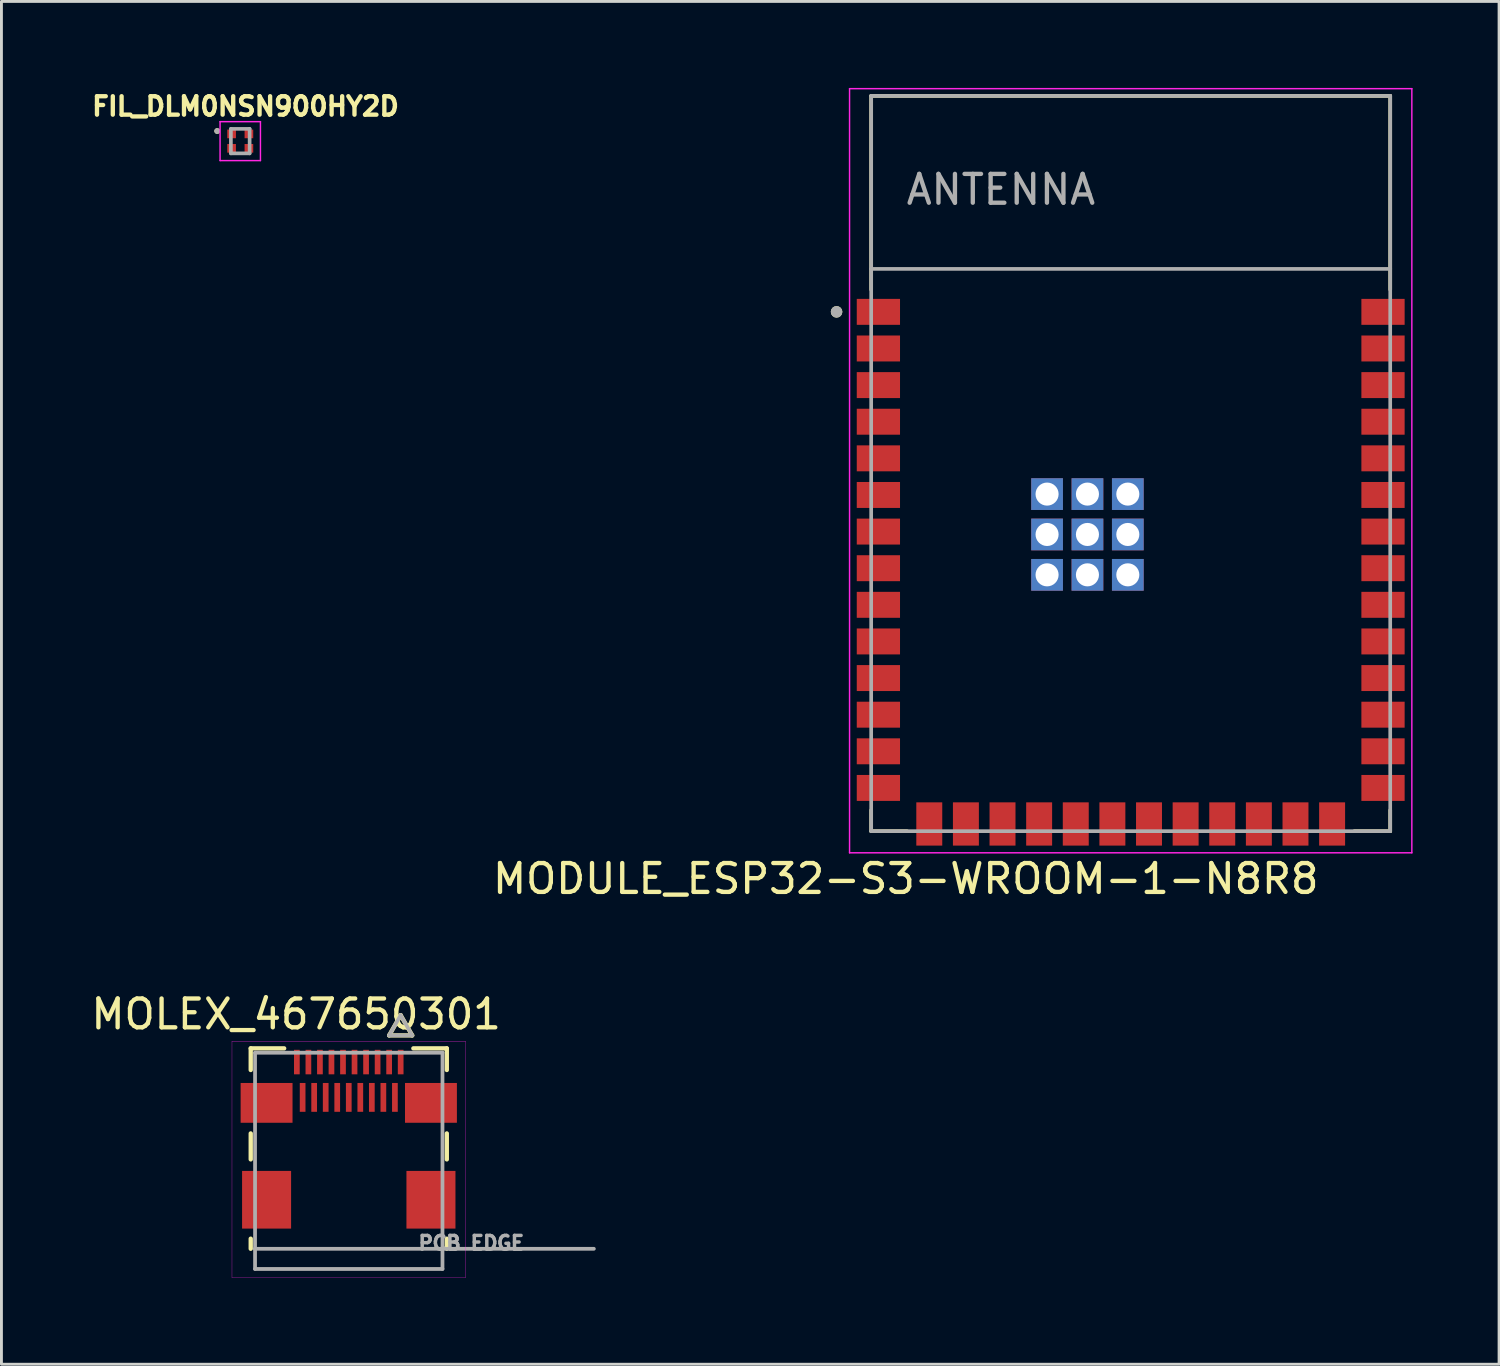
<source format=kicad_pcb>
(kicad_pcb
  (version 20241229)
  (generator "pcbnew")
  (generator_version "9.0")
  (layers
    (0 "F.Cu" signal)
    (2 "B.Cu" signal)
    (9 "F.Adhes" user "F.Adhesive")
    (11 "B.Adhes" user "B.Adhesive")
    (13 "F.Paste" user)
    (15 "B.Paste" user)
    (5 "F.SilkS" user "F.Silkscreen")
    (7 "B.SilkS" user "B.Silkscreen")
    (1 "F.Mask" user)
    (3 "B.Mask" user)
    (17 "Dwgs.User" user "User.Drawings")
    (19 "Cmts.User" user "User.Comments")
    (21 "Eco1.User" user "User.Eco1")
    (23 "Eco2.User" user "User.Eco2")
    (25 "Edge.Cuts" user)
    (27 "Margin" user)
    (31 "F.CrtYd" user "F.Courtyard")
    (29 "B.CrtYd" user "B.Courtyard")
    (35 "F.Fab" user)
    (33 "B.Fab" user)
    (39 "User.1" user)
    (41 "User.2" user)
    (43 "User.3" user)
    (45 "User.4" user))
  (footprint "MODULE_ESP32-S3-WROOM-1-N8R8"
    (layer "F.Cu")
    (at 36.162 13.025)
    (property "Reference" "MODULE_ESP32-S3-WROOM-1-N8R8" (at -7.8 14.4 0) (layer "F.SilkS") (effects (font (size 1 1) (thickness 0.15))))
    (attr smd)
    (fp_line (start -9 -12.75) (end 9 -12.75) (stroke (width 0.127) (type solid)) (layer "F.SilkS"))
    (fp_line (start -9 -6.03) (end -9 -12.75) (stroke (width 0.127) (type solid)) (layer "F.SilkS"))
    (fp_line (start -9 12.02) (end -9 12.75) (stroke (width 0.127) (type solid)) (layer "F.SilkS"))
    (fp_line (start -9 12.75) (end -7.755 12.75) (stroke (width 0.127) (type solid)) (layer "F.SilkS"))
    (fp_line (start 9 -12.75) (end 9 -6.03) (stroke (width 0.127) (type solid)) (layer "F.SilkS"))
    (fp_line (start 9 12.02) (end 9 12.75) (stroke (width 0.127) (type solid)) (layer "F.SilkS"))
    (fp_line (start 9 12.75) (end 7.755 12.75) (stroke (width 0.127) (type solid)) (layer "F.SilkS"))
    (fp_circle (center -10.2 -5.26) (end -10.1 -5.26) (stroke (width 0.2) (type solid)) (fill no) (layer "F.SilkS"))
    (fp_line (start -9.75 -13) (end 9.75 -13) (stroke (width 0.05) (type solid)) (layer "F.CrtYd"))
    (fp_line (start -9.75 13.5) (end -9.75 -13) (stroke (width 0.05) (type solid)) (layer "F.CrtYd"))
    (fp_line (start -9.75 13.5) (end 9.75 13.5) (stroke (width 0.05) (type solid)) (layer "F.CrtYd"))
    (fp_line (start 9.75 -13) (end 9.75 13.5) (stroke (width 0.05) (type solid)) (layer "F.CrtYd"))
    (fp_line (start -9 -12.75) (end 9 -12.75) (stroke (width 0.127) (type solid)) (layer "F.Fab"))
    (fp_line (start -9 -6.75) (end -9 -12.75) (stroke (width 0.127) (type solid)) (layer "F.Fab"))
    (fp_line (start -9 -6.75) (end 9 -6.75) (stroke (width 0.127) (type solid)) (layer "F.Fab"))
    (fp_line (start -9 12.75) (end -9 -6.75) (stroke (width 0.127) (type solid)) (layer "F.Fab"))
    (fp_line (start 9 -12.75) (end 9 -6.75) (stroke (width 0.127) (type solid)) (layer "F.Fab"))
    (fp_line (start 9 -6.75) (end 9 12.75) (stroke (width 0.127) (type solid)) (layer "F.Fab"))
    (fp_line (start 9 12.75) (end -9 12.75) (stroke (width 0.127) (type solid)) (layer "F.Fab"))
    (fp_circle (center -10.2 -5.26) (end -10.1 -5.26) (stroke (width 0.2) (type solid)) (fill no) (layer "F.Fab"))
    (fp_text user "ANTENNA" (at -4.5 -9.5 0) (layer "F.Fab") (effects (font (size 1 1) (thickness 0.15))))
    (pad "1" smd rect (at -8.75 -5.26) (size 1.5 0.9) (layers "F.Cu" "F.Mask" "F.Paste"))
    (pad "2" smd rect (at -8.75 -3.99) (size 1.5 0.9) (layers "F.Cu" "F.Mask" "F.Paste"))
    (pad "3" smd rect (at -8.75 -2.72) (size 1.5 0.9) (layers "F.Cu" "F.Mask" "F.Paste"))
    (pad "4" smd rect (at -8.75 -1.45) (size 1.5 0.9) (layers "F.Cu" "F.Mask" "F.Paste"))
    (pad "5" smd rect (at -8.75 -0.18) (size 1.5 0.9) (layers "F.Cu" "F.Mask" "F.Paste"))
    (pad "6" smd rect (at -8.75 1.09) (size 1.5 0.9) (layers "F.Cu" "F.Mask" "F.Paste"))
    (pad "7" smd rect (at -8.75 2.36) (size 1.5 0.9) (layers "F.Cu" "F.Mask" "F.Paste"))
    (pad "8" smd rect (at -8.75 3.63) (size 1.5 0.9) (layers "F.Cu" "F.Mask" "F.Paste"))
    (pad "9" smd rect (at -8.75 4.9) (size 1.5 0.9) (layers "F.Cu" "F.Mask" "F.Paste"))
    (pad "10" smd rect (at -8.75 6.17) (size 1.5 0.9) (layers "F.Cu" "F.Mask" "F.Paste"))
    (pad "11" smd rect (at -8.75 7.44) (size 1.5 0.9) (layers "F.Cu" "F.Mask" "F.Paste"))
    (pad "12" smd rect (at -8.75 8.71) (size 1.5 0.9) (layers "F.Cu" "F.Mask" "F.Paste"))
    (pad "13" smd rect (at -8.75 9.98) (size 1.5 0.9) (layers "F.Cu" "F.Mask" "F.Paste"))
    (pad "14" smd rect (at -8.75 11.25) (size 1.5 0.9) (layers "F.Cu" "F.Mask" "F.Paste"))
    (pad "15" smd rect (at -6.985 12.5) (size 0.9 1.5) (layers "F.Cu" "F.Mask" "F.Paste"))
    (pad "16" smd rect (at -5.715 12.5) (size 0.9 1.5) (layers "F.Cu" "F.Mask" "F.Paste"))
    (pad "17" smd rect (at -4.445 12.5) (size 0.9 1.5) (layers "F.Cu" "F.Mask" "F.Paste"))
    (pad "18" smd rect (at -3.175 12.5) (size 0.9 1.5) (layers "F.Cu" "F.Mask" "F.Paste"))
    (pad "19" smd rect (at -1.905 12.5) (size 0.9 1.5) (layers "F.Cu" "F.Mask" "F.Paste"))
    (pad "20" smd rect (at -0.635 12.5) (size 0.9 1.5) (layers "F.Cu" "F.Mask" "F.Paste"))
    (pad "21" smd rect (at 0.635 12.5) (size 0.9 1.5) (layers "F.Cu" "F.Mask" "F.Paste"))
    (pad "22" smd rect (at 1.905 12.5) (size 0.9 1.5) (layers "F.Cu" "F.Mask" "F.Paste"))
    (pad "23" smd rect (at 3.175 12.5) (size 0.9 1.5) (layers "F.Cu" "F.Mask" "F.Paste"))
    (pad "24" smd rect (at 4.445 12.5) (size 0.9 1.5) (layers "F.Cu" "F.Mask" "F.Paste"))
    (pad "25" smd rect (at 5.715 12.5) (size 0.9 1.5) (layers "F.Cu" "F.Mask" "F.Paste"))
    (pad "26" smd rect (at 6.985 12.5) (size 0.9 1.5) (layers "F.Cu" "F.Mask" "F.Paste"))
    (pad "27" smd rect (at 8.75 11.25) (size 1.5 0.9) (layers "F.Cu" "F.Mask" "F.Paste"))
    (pad "28" smd rect (at 8.75 9.98) (size 1.5 0.9) (layers "F.Cu" "F.Mask" "F.Paste"))
    (pad "29" smd rect (at 8.75 8.71) (size 1.5 0.9) (layers "F.Cu" "F.Mask" "F.Paste"))
    (pad "30" smd rect (at 8.75 7.44) (size 1.5 0.9) (layers "F.Cu" "F.Mask" "F.Paste"))
    (pad "31" smd rect (at 8.75 6.17) (size 1.5 0.9) (layers "F.Cu" "F.Mask" "F.Paste"))
    (pad "32" smd rect (at 8.75 4.9) (size 1.5 0.9) (layers "F.Cu" "F.Mask" "F.Paste"))
    (pad "33" smd rect (at 8.75 3.63) (size 1.5 0.9) (layers "F.Cu" "F.Mask" "F.Paste"))
    (pad "34" smd rect (at 8.75 2.36) (size 1.5 0.9) (layers "F.Cu" "F.Mask" "F.Paste"))
    (pad "35" smd rect (at 8.75 1.09) (size 1.5 0.9) (layers "F.Cu" "F.Mask" "F.Paste"))
    (pad "36" smd rect (at 8.75 -0.18) (size 1.5 0.9) (layers "F.Cu" "F.Mask" "F.Paste"))
    (pad "37" smd rect (at 8.75 -1.45) (size 1.5 0.9) (layers "F.Cu" "F.Mask" "F.Paste"))
    (pad "38" smd rect (at 8.75 -2.72) (size 1.5 0.9) (layers "F.Cu" "F.Mask" "F.Paste"))
    (pad "39" smd rect (at 8.75 -3.99) (size 1.5 0.9) (layers "F.Cu" "F.Mask" "F.Paste"))
    (pad "40" smd rect (at 8.75 -5.26) (size 1.5 0.9) (layers "F.Cu" "F.Mask" "F.Paste"))
    (pad "41" thru_hole rect (at -2.9 1.06) (size 1.1 1.1) (drill 0.8) (layers "*.Cu" "*.Mask"))
    (pad "41" thru_hole rect (at -2.9 2.46) (size 1.1 1.1) (drill 0.8) (layers "*.Cu" "*.Mask"))
    (pad "41" thru_hole rect (at -2.9 3.86) (size 1.1 1.1) (drill 0.8) (layers "*.Cu" "*.Mask"))
    (pad "41" thru_hole rect (at -1.5 1.06) (size 1.1 1.1) (drill 0.8) (layers "*.Cu" "*.Mask"))
    (pad "41" thru_hole rect (at -1.5 2.46) (size 1.1 1.1) (drill 0.8) (layers "*.Cu" "*.Mask"))
    (pad "41" thru_hole rect (at -1.5 3.86) (size 1.1 1.1) (drill 0.8) (layers "*.Cu" "*.Mask"))
    (pad "41" thru_hole rect (at -0.1 1.06) (size 1.1 1.1) (drill 0.8) (layers "*.Cu" "*.Mask"))
    (pad "41" thru_hole rect (at -0.1 2.46) (size 1.1 1.1) (drill 0.8) (layers "*.Cu" "*.Mask"))
    (pad "41" thru_hole rect (at -0.1 3.86) (size 1.1 1.1) (drill 0.8) (layers "*.Cu" "*.Mask"))
    (zone (net_name "") (layer "F.Cu") (hatch full 0.508) (connect_pads) (min_thickness 0.01) (filled_areas_thickness no) (keepout (tracks not_allowed) (vias not_allowed) (pads not_allowed) (copperpour not_allowed) (footprints allowed)) (placement (enabled no)) (fill) (polygon (pts (xy 27.162 0.275) (xy 45.162 0.275) (xy 45.162 6.275) (xy 27.162 6.275))))
    (zone (net_name "") (layers "F.Cu" "B.Cu") (hatch full 0.508) (connect_pads) (min_thickness 0.01) (filled_areas_thickness no) (keepout (tracks allowed) (vias not_allowed) (pads allowed) (copperpour allowed) (footprints allowed)) (placement (enabled no)) (fill) (polygon (pts (xy 27.162 0.275) (xy 45.162 0.275) (xy 45.162 6.275) (xy 27.162 6.275))))
    (zone (net_name "") (layer "B.Cu") (hatch full 0.508) (connect_pads) (min_thickness 0.01) (filled_areas_thickness no) (keepout (tracks not_allowed) (vias not_allowed) (pads not_allowed) (copperpour not_allowed) (footprints allowed)) (placement (enabled no)) (fill) (polygon (pts (xy 27.162 0.275) (xy 45.162 0.275) (xy 45.162 6.275) (xy 27.162 6.275)))))
  (footprint "MOLEX_467650301"
    (layer "F.Cu")
    (at 9.045 40.257)
    (property "Reference" "MOLEX_467650301" (at -1.825 -8.135 0) (layer "F.SilkS") (effects (font (size 1 1) (thickness 0.15))))
    (attr smd)
    (fp_poly (pts (xy -3.813 -5.814) (xy -1.887 -5.814) (xy -1.887 -4.306) (xy -3.813 -4.306)) (stroke (width 0.01) (type solid)) (fill yes) (layer "F.Mask"))
    (fp_poly (pts (xy -3.764 -2.764) (xy -1.937 -2.764) (xy -1.937 -0.636) (xy -3.764 -0.636)) (stroke (width 0.01) (type solid)) (fill yes) (layer "F.Mask"))
    (fp_poly (pts (xy -1.962 -6.963) (xy -1.637 -6.963) (xy -1.637 -5.987) (xy -1.962 -5.987)) (stroke (width 0.01) (type solid)) (fill yes) (layer "F.Mask"))
    (fp_poly (pts (xy -1.762 -5.814) (xy -1.438 -5.814) (xy -1.438 -4.686) (xy -1.762 -4.686)) (stroke (width 0.01) (type solid)) (fill yes) (layer "F.Mask"))
    (fp_poly (pts (xy -1.562 -6.963) (xy -1.238 -6.963) (xy -1.238 -5.987) (xy -1.562 -5.987)) (stroke (width 0.01) (type solid)) (fill yes) (layer "F.Mask"))
    (fp_poly (pts (xy -1.363 -5.814) (xy -1.038 -5.814) (xy -1.038 -4.686) (xy -1.363 -4.686)) (stroke (width 0.01) (type solid)) (fill yes) (layer "F.Mask"))
    (fp_poly (pts (xy -1.163 -6.963) (xy -0.838 -6.963) (xy -0.838 -5.987) (xy -1.163 -5.987)) (stroke (width 0.01) (type solid)) (fill yes) (layer "F.Mask"))
    (fp_poly (pts (xy -0.963 -5.814) (xy -0.637 -5.814) (xy -0.637 -4.686) (xy -0.963 -4.686)) (stroke (width 0.01) (type solid)) (fill yes) (layer "F.Mask"))
    (fp_poly (pts (xy -0.762 -6.963) (xy -0.438 -6.963) (xy -0.438 -5.987) (xy -0.762 -5.987)) (stroke (width 0.01) (type solid)) (fill yes) (layer "F.Mask"))
    (fp_poly (pts (xy -0.562 -5.814) (xy -0.237 -5.814) (xy -0.237 -4.686) (xy -0.562 -4.686)) (stroke (width 0.01) (type solid)) (fill yes) (layer "F.Mask"))
    (fp_poly (pts (xy -0.362 -6.963) (xy -0.037 -6.963) (xy -0.037 -5.987) (xy -0.362 -5.987)) (stroke (width 0.01) (type solid)) (fill yes) (layer "F.Mask"))
    (fp_poly (pts (xy -0.163 -5.814) (xy 0.163 -5.814) (xy 0.163 -4.686) (xy -0.163 -4.686)) (stroke (width 0.01) (type solid)) (fill yes) (layer "F.Mask"))
    (fp_poly (pts (xy 0.037 -6.963) (xy 0.362 -6.963) (xy 0.362 -5.987) (xy 0.037 -5.987)) (stroke (width 0.01) (type solid)) (fill yes) (layer "F.Mask"))
    (fp_poly (pts (xy 0.237 -5.814) (xy 0.562 -5.814) (xy 0.562 -4.686) (xy 0.237 -4.686)) (stroke (width 0.01) (type solid)) (fill yes) (layer "F.Mask"))
    (fp_poly (pts (xy 0.438 -6.963) (xy 0.762 -6.963) (xy 0.762 -5.987) (xy 0.438 -5.987)) (stroke (width 0.01) (type solid)) (fill yes) (layer "F.Mask"))
    (fp_poly (pts (xy 0.637 -5.814) (xy 0.963 -5.814) (xy 0.963 -4.686) (xy 0.637 -4.686)) (stroke (width 0.01) (type solid)) (fill yes) (layer "F.Mask"))
    (fp_poly (pts (xy 0.838 -6.963) (xy 1.163 -6.963) (xy 1.163 -5.987) (xy 0.838 -5.987)) (stroke (width 0.01) (type solid)) (fill yes) (layer "F.Mask"))
    (fp_poly (pts (xy 1.038 -5.814) (xy 1.363 -5.814) (xy 1.363 -4.686) (xy 1.038 -4.686)) (stroke (width 0.01) (type solid)) (fill yes) (layer "F.Mask"))
    (fp_poly (pts (xy 1.238 -6.963) (xy 1.562 -6.963) (xy 1.562 -5.987) (xy 1.238 -5.987)) (stroke (width 0.01) (type solid)) (fill yes) (layer "F.Mask"))
    (fp_poly (pts (xy 1.438 -5.814) (xy 1.762 -5.814) (xy 1.762 -4.686) (xy 1.438 -4.686)) (stroke (width 0.01) (type solid)) (fill yes) (layer "F.Mask"))
    (fp_poly (pts (xy 1.637 -6.963) (xy 1.962 -6.963) (xy 1.962 -5.987) (xy 1.637 -5.987)) (stroke (width 0.01) (type solid)) (fill yes) (layer "F.Mask"))
    (fp_poly (pts (xy 1.887 -5.814) (xy 3.813 -5.814) (xy 3.813 -4.306) (xy 1.887 -4.306)) (stroke (width 0.01) (type solid)) (fill yes) (layer "F.Mask"))
    (fp_poly (pts (xy 1.937 -2.764) (xy 3.764 -2.764) (xy 3.764 -0.636) (xy 1.937 -0.636)) (stroke (width 0.01) (type solid)) (fill yes) (layer "F.Mask"))
    (fp_line (start -3.4 -6.95) (end -3.4 -6.2) (stroke (width 0.15) (type solid)) (layer "F.SilkS"))
    (fp_line (start -3.4 -6.95) (end -2.24 -6.95) (stroke (width 0.15) (type solid)) (layer "F.SilkS"))
    (fp_line (start -3.4 -4) (end -3.4 -3.1) (stroke (width 0.15) (type solid)) (layer "F.SilkS"))
    (fp_line (start -3.4 -0.35) (end -3.4 0) (stroke (width 0.15) (type solid)) (layer "F.SilkS"))
    (fp_line (start 1.4 -7.4) (end 2.2 -7.4) (stroke (width 0.15) (type solid)) (layer "F.SilkS"))
    (fp_line (start 1.8 -8.1) (end 1.4 -7.4) (stroke (width 0.15) (type solid)) (layer "F.SilkS"))
    (fp_line (start 2.2 -7.4) (end 1.8 -8.1) (stroke (width 0.15) (type solid)) (layer "F.SilkS"))
    (fp_line (start 2.24 -6.95) (end 3.4 -6.95) (stroke (width 0.15) (type solid)) (layer "F.SilkS"))
    (fp_line (start 3.4 -6.95) (end 3.4 -6.2) (stroke (width 0.15) (type solid)) (layer "F.SilkS"))
    (fp_line (start 3.4 -4) (end 3.4 -3.1) (stroke (width 0.15) (type solid)) (layer "F.SilkS"))
    (fp_line (start 3.4 -0.35) (end 3.4 0) (stroke (width 0.15) (type solid)) (layer "F.SilkS"))
    (fp_line (start -4.05 -7.2) (end -4.05 1) (stroke (width 0.01) (type solid)) (layer "F.CrtYd"))
    (fp_line (start -4.05 1) (end 4.05 1) (stroke (width 0.01) (type solid)) (layer "F.CrtYd"))
    (fp_line (start 4.05 -7.2) (end -4.05 -7.2) (stroke (width 0.01) (type solid)) (layer "F.CrtYd"))
    (fp_line (start 4.05 1) (end 4.05 -7.2) (stroke (width 0.01) (type solid)) (layer "F.CrtYd"))
    (fp_line (start -3.25 -6.8) (end -3.25 0) (stroke (width 0.13) (type solid)) (layer "F.Fab"))
    (fp_line (start -3.25 0) (end -3.25 0.7) (stroke (width 0.13) (type solid)) (layer "F.Fab"))
    (fp_line (start -3.25 0) (end 8.5 0) (stroke (width 0.13) (type solid)) (layer "F.Fab"))
    (fp_line (start -3.25 0.7) (end 3.25 0.7) (stroke (width 0.13) (type solid)) (layer "F.Fab"))
    (fp_line (start 1.4 -7.4) (end 2.2 -7.4) (stroke (width 0.13) (type solid)) (layer "F.Fab"))
    (fp_line (start 1.8 -8.1) (end 1.4 -7.4) (stroke (width 0.13) (type solid)) (layer "F.Fab"))
    (fp_line (start 2.2 -7.4) (end 1.8 -8.1) (stroke (width 0.13) (type solid)) (layer "F.Fab"))
    (fp_line (start 3.25 -6.8) (end -3.25 -6.8) (stroke (width 0.13) (type solid)) (layer "F.Fab"))
    (fp_line (start 3.25 0.7) (end 3.25 -6.8) (stroke (width 0.13) (type solid)) (layer "F.Fab"))
    (fp_text user "PCB EDGE" (at 4.25 -0.2 0) (layer "F.Fab") (effects (font (size 0.48 0.48) (thickness 0.15))))
    (pad "1" smd rect (at 1.8 -6.475) (size 0.198 0.85) (layers "F.Cu" "F.Paste"))
    (pad "2" smd rect (at 1.6 -5.25) (size 0.198 1) (layers "F.Cu" "F.Paste"))
    (pad "3" smd rect (at 1.4 -6.475) (size 0.198 0.85) (layers "F.Cu" "F.Paste"))
    (pad "4" smd rect (at 1.2 -5.25) (size 0.198 1) (layers "F.Cu" "F.Paste"))
    (pad "5" smd rect (at 1 -6.475) (size 0.198 0.85) (layers "F.Cu" "F.Paste"))
    (pad "6" smd rect (at 0.8 -5.25) (size 0.198 1) (layers "F.Cu" "F.Paste"))
    (pad "7" smd rect (at 0.6 -6.475) (size 0.198 0.85) (layers "F.Cu" "F.Paste"))
    (pad "8" smd rect (at 0.4 -5.25) (size 0.198 1) (layers "F.Cu" "F.Paste"))
    (pad "9" smd rect (at 0.2 -6.475) (size 0.198 0.85) (layers "F.Cu" "F.Paste"))
    (pad "10" smd rect (at 0 -5.25) (size 0.198 1) (layers "F.Cu" "F.Paste"))
    (pad "11" smd rect (at -0.2 -6.475) (size 0.198 0.85) (layers "F.Cu" "F.Paste"))
    (pad "12" smd rect (at -0.4 -5.25) (size 0.198 1) (layers "F.Cu" "F.Paste"))
    (pad "13" smd rect (at -0.6 -6.475) (size 0.198 0.85) (layers "F.Cu" "F.Paste"))
    (pad "14" smd rect (at -0.8 -5.25) (size 0.198 1) (layers "F.Cu" "F.Paste"))
    (pad "15" smd rect (at -1 -6.475) (size 0.198 0.85) (layers "F.Cu" "F.Paste"))
    (pad "16" smd rect (at -1.2 -5.25) (size 0.198 1) (layers "F.Cu" "F.Paste"))
    (pad "17" smd rect (at -1.4 -6.475) (size 0.198 0.85) (layers "F.Cu" "F.Paste"))
    (pad "18" smd rect (at -1.6 -5.25) (size 0.198 1) (layers "F.Cu" "F.Paste"))
    (pad "19" smd rect (at -1.8 -6.475) (size 0.198 0.85) (layers "F.Cu" "F.Paste"))
    (pad "SH1" smd rect (at -2.85 -5.06) (size 1.8 1.38) (layers "F.Cu" "F.Paste"))
    (pad "SH2" smd rect (at -2.85 -1.7) (size 1.7 2) (layers "F.Cu" "F.Paste"))
    (pad "SH3" smd rect (at 2.85 -1.7) (size 1.7 2) (layers "F.Cu" "F.Paste"))
    (pad "SH4" smd rect (at 2.85 -5.06) (size 1.8 1.38) (layers "F.Cu" "F.Paste"))
    (zone (net_name "") (layer "F.Cu") (hatch full 0.508) (connect_pads) (min_thickness 0.01) (filled_areas_thickness no) (keepout (tracks not_allowed) (vias not_allowed) (pads not_allowed) (copperpour not_allowed) (footprints allowed)) (placement (enabled no)) (fill) (polygon (pts (xy 6.695 36.096) (xy 11.395 36.096) (xy 11.395 37.556) (xy 11.045 37.556) (xy 11.045 39.556) (xy 11.395 39.556) (xy 11.395 40.257) (xy 6.695 40.257) (xy 6.695 39.556) (xy 7.045 39.556) (xy 7.045 37.556) (xy 6.695 37.556))))
    (zone (net_name "") (layers "F.Cu" "B.Cu") (hatch full 0.508) (connect_pads) (min_thickness 0.01) (filled_areas_thickness no) (keepout (tracks allowed) (vias not_allowed) (pads allowed) (copperpour allowed) (footprints allowed)) (placement (enabled no)) (fill) (polygon (pts (xy 6.695 36.096) (xy 11.395 36.096) (xy 11.395 37.556) (xy 11.045 37.556) (xy 11.045 39.556) (xy 11.395 39.556) (xy 11.395 40.257) (xy 6.695 40.257) (xy 6.695 39.556) (xy 7.045 39.556) (xy 7.045 37.556) (xy 6.695 37.556)))))
  (footprint "FIL_DLM0NSN900HY2D"
    (layer "F.Cu")
    (at 5.282 1.844)
    (property "Reference" "FIL_DLM0NSN900HY2D" (at 0.182 -1.206 0) (layer "F.SilkS") (effects (font (size 0.64 0.64) (thickness 0.15))))
    (attr smd)
    (fp_poly (pts (xy -0.45 -0.4) (xy -0.15 -0.4) (xy -0.15 -0.1) (xy -0.45 -0.1)) (stroke (width 0.01) (type solid)) (fill yes) (layer "F.Mask"))
    (fp_poly (pts (xy -0.45 0.1) (xy -0.15 0.1) (xy -0.15 0.4) (xy -0.45 0.4)) (stroke (width 0.01) (type solid)) (fill yes) (layer "F.Mask"))
    (fp_poly (pts (xy 0.15 -0.4) (xy 0.45 -0.4) (xy 0.45 -0.1) (xy 0.15 -0.1)) (stroke (width 0.01) (type solid)) (fill yes) (layer "F.Mask"))
    (fp_poly (pts (xy 0.15 0.1) (xy 0.45 0.1) (xy 0.45 0.4) (xy 0.15 0.4)) (stroke (width 0.01) (type solid)) (fill yes) (layer "F.Mask"))
    (fp_circle (center -0.8 -0.35) (end -0.75 -0.35) (stroke (width 0.1) (type solid)) (fill no) (layer "F.SilkS"))
    (fp_line (start -0.7 -0.675) (end -0.7 0.675) (stroke (width 0.05) (type solid)) (layer "F.CrtYd"))
    (fp_line (start -0.7 0.675) (end 0.7 0.675) (stroke (width 0.05) (type solid)) (layer "F.CrtYd"))
    (fp_line (start 0.7 -0.675) (end -0.7 -0.675) (stroke (width 0.05) (type solid)) (layer "F.CrtYd"))
    (fp_line (start 0.7 0.675) (end 0.7 -0.675) (stroke (width 0.05) (type solid)) (layer "F.CrtYd"))
    (fp_line (start -0.325 -0.425) (end -0.325 0.425) (stroke (width 0.127) (type solid)) (layer "F.Fab"))
    (fp_line (start -0.325 0.425) (end 0.325 0.425) (stroke (width 0.127) (type solid)) (layer "F.Fab"))
    (fp_line (start 0.325 -0.425) (end -0.325 -0.425) (stroke (width 0.127) (type solid)) (layer "F.Fab"))
    (fp_line (start 0.325 0.425) (end 0.325 -0.425) (stroke (width 0.127) (type solid)) (layer "F.Fab"))
    (fp_circle (center -0.8 -0.35) (end -0.75 -0.35) (stroke (width 0.1) (type solid)) (fill no) (layer "F.Fab"))
    (pad "1" smd rect (at -0.3 -0.25) (size 0.3 0.3) (layers "F.Cu" "F.Paste"))
    (pad "2" smd rect (at 0.3 -0.25) (size 0.3 0.3) (layers "F.Cu" "F.Paste"))
    (pad "3" smd rect (at 0.3 0.25) (size 0.3 0.3) (layers "F.Cu" "F.Paste"))
    (pad "4" smd rect (at -0.3 0.25) (size 0.3 0.3) (layers "F.Cu" "F.Paste")))
  (gr_rect
    (start -3 -3)
    (end 48.937 44.261)
    (stroke (width 0.1) (type default))
    (fill no)
    (layer "Edge.Cuts")))
</source>
